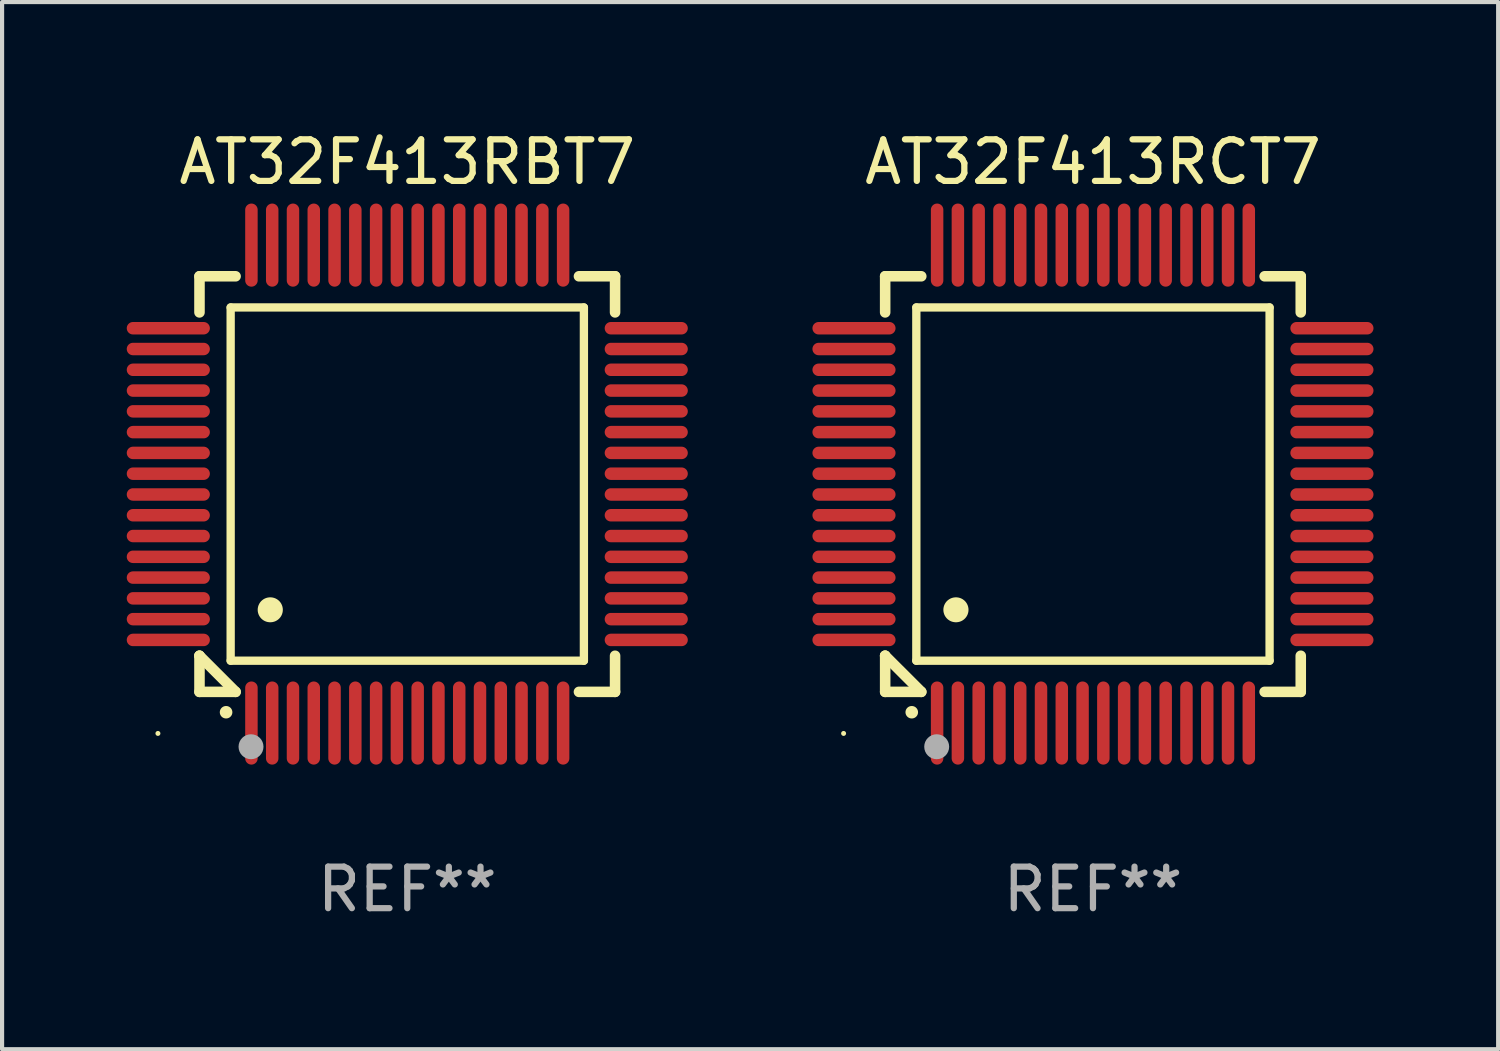
<source format=kicad_pcb>
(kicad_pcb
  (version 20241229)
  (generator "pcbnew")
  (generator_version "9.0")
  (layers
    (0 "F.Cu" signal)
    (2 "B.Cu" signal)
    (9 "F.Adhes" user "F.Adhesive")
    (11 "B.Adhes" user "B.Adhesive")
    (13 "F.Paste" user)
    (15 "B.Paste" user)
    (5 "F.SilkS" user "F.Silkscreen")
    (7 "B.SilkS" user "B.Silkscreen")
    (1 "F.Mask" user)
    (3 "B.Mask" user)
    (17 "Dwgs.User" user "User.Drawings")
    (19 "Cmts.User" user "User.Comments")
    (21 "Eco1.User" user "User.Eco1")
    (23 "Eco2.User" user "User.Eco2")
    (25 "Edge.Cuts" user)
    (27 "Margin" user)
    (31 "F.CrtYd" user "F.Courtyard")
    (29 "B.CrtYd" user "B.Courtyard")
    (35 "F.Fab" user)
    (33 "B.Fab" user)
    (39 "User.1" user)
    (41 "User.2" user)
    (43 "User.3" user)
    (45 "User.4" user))
  (footprint "AT32F413RBT7"
    (layer "F.Cu")
    (at 6.75 8.598)
    (property "Reference" "AT32F413RBT7" (at 0 -7.75 0) (layer "F.SilkS") (effects (font (size 1 1) (thickness 0.15))))
    (attr through_hole)
    (fp_line (start -5 -5) (end -4.131 -5) (stroke (width 0.254) (type solid)) (layer "F.SilkS"))
    (fp_line (start -5 -4.131) (end -5 -5) (stroke (width 0.254) (type solid)) (layer "F.SilkS"))
    (fp_line (start -5 4.131) (end -5 4.131) (stroke (width 0.254) (type solid)) (layer "F.SilkS"))
    (fp_line (start -5 5) (end -5 4.131) (stroke (width 0.254) (type solid)) (layer "F.SilkS"))
    (fp_line (start -5 4.131) (end -4.131 5) (stroke (width 0.254) (type solid)) (layer "F.SilkS"))
    (fp_line (start -4.25 -4.25) (end -4.25 4.25) (stroke (width 0.2) (type solid)) (layer "F.SilkS"))
    (fp_line (start -4.25 4.25) (end 4.25 4.25) (stroke (width 0.2) (type solid)) (layer "F.SilkS"))
    (fp_line (start -4.131 5) (end -5 5) (stroke (width 0.254) (type solid)) (layer "F.SilkS"))
    (fp_line (start 4.25 -4.25) (end -4.25 -4.25) (stroke (width 0.2) (type solid)) (layer "F.SilkS"))
    (fp_line (start 4.25 4.25) (end 4.25 -4.25) (stroke (width 0.2) (type solid)) (layer "F.SilkS"))
    (fp_line (start 5 -5) (end 4.131 -5) (stroke (width 0.254) (type solid)) (layer "F.SilkS"))
    (fp_line (start 5 -5) (end 5 -4.131) (stroke (width 0.254) (type solid)) (layer "F.SilkS"))
    (fp_line (start 5 4.131) (end 5 5) (stroke (width 0.254) (type solid)) (layer "F.SilkS"))
    (fp_line (start 5 5) (end 4.131 5) (stroke (width 0.254) (type solid)) (layer "F.SilkS"))
    (fp_arc (start -4.361265 5.489992) (mid -4.359995 5.489987) (end -4.358725 5.489992) (stroke (width 0.3) (type solid)) (layer "F.SilkS"))
    (fp_arc (start -3.299467 3.025146) (mid -3.296927 3.025135) (end -3.294387 3.025146) (stroke (width 0.6) (type solid)) (layer "F.SilkS"))
    (fp_circle (center -6 6) (end -5.97 6) (stroke (width 0.06) (type solid)) (fill no) (layer "F.SilkS"))
    (fp_circle (center -3.76 6.32) (end -3.61 6.32) (stroke (width 0.3) (type solid)) (fill no) (layer "F.Fab"))
    (fp_text user "REF**" (at 0 9.75 0) (layer "F.Fab") (effects (font (size 1 1) (thickness 0.15))))
    (pad "1" smd oval (at -3.75 5.75) (size 0.3 2) (layers "F.Cu" "F.Mask" "F.Paste"))
    (pad "2" smd oval (at -3.25 5.75) (size 0.3 2) (layers "F.Cu" "F.Mask" "F.Paste"))
    (pad "3" smd oval (at -2.75 5.75) (size 0.3 2) (layers "F.Cu" "F.Mask" "F.Paste"))
    (pad "4" smd oval (at -2.25 5.75) (size 0.3 2) (layers "F.Cu" "F.Mask" "F.Paste"))
    (pad "5" smd oval (at -1.75 5.75) (size 0.3 2) (layers "F.Cu" "F.Mask" "F.Paste"))
    (pad "6" smd oval (at -1.25 5.75) (size 0.3 2) (layers "F.Cu" "F.Mask" "F.Paste"))
    (pad "7" smd oval (at -0.75 5.75) (size 0.3 2) (layers "F.Cu" "F.Mask" "F.Paste"))
    (pad "8" smd oval (at -0.25 5.75) (size 0.3 2) (layers "F.Cu" "F.Mask" "F.Paste"))
    (pad "9" smd oval (at 0.25 5.75) (size 0.3 2) (layers "F.Cu" "F.Mask" "F.Paste"))
    (pad "10" smd oval (at 0.75 5.75) (size 0.3 2) (layers "F.Cu" "F.Mask" "F.Paste"))
    (pad "11" smd oval (at 1.25 5.75) (size 0.3 2) (layers "F.Cu" "F.Mask" "F.Paste"))
    (pad "12" smd oval (at 1.75 5.75) (size 0.3 2) (layers "F.Cu" "F.Mask" "F.Paste"))
    (pad "13" smd oval (at 2.25 5.75) (size 0.3 2) (layers "F.Cu" "F.Mask" "F.Paste"))
    (pad "14" smd oval (at 2.75 5.75) (size 0.3 2) (layers "F.Cu" "F.Mask" "F.Paste"))
    (pad "15" smd oval (at 3.25 5.75) (size 0.3 2) (layers "F.Cu" "F.Mask" "F.Paste"))
    (pad "16" smd oval (at 3.75 5.75) (size 0.3 2) (layers "F.Cu" "F.Mask" "F.Paste"))
    (pad "17" smd oval (at 5.75 3.75) (size 2 0.3) (layers "F.Cu" "F.Mask" "F.Paste"))
    (pad "18" smd oval (at 5.75 3.25) (size 2 0.3) (layers "F.Cu" "F.Mask" "F.Paste"))
    (pad "19" smd oval (at 5.75 2.75) (size 2 0.3) (layers "F.Cu" "F.Mask" "F.Paste"))
    (pad "20" smd oval (at 5.75 2.25) (size 2 0.3) (layers "F.Cu" "F.Mask" "F.Paste"))
    (pad "21" smd oval (at 5.75 1.75) (size 2 0.3) (layers "F.Cu" "F.Mask" "F.Paste"))
    (pad "22" smd oval (at 5.75 1.25) (size 2 0.3) (layers "F.Cu" "F.Mask" "F.Paste"))
    (pad "23" smd oval (at 5.75 0.75) (size 2 0.3) (layers "F.Cu" "F.Mask" "F.Paste"))
    (pad "24" smd oval (at 5.75 0.25) (size 2 0.3) (layers "F.Cu" "F.Mask" "F.Paste"))
    (pad "25" smd oval (at 5.75 -0.25) (size 2 0.3) (layers "F.Cu" "F.Mask" "F.Paste"))
    (pad "26" smd oval (at 5.75 -0.75) (size 2 0.3) (layers "F.Cu" "F.Mask" "F.Paste"))
    (pad "27" smd oval (at 5.75 -1.25) (size 2 0.3) (layers "F.Cu" "F.Mask" "F.Paste"))
    (pad "28" smd oval (at 5.75 -1.75) (size 2 0.3) (layers "F.Cu" "F.Mask" "F.Paste"))
    (pad "29" smd oval (at 5.75 -2.25) (size 2 0.3) (layers "F.Cu" "F.Mask" "F.Paste"))
    (pad "30" smd oval (at 5.75 -2.75) (size 2 0.3) (layers "F.Cu" "F.Mask" "F.Paste"))
    (pad "31" smd oval (at 5.75 -3.25) (size 2 0.3) (layers "F.Cu" "F.Mask" "F.Paste"))
    (pad "32" smd oval (at 5.75 -3.75) (size 2 0.3) (layers "F.Cu" "F.Mask" "F.Paste"))
    (pad "33" smd oval (at 3.75 -5.75) (size 0.3 2) (layers "F.Cu" "F.Mask" "F.Paste"))
    (pad "34" smd oval (at 3.25 -5.75) (size 0.3 2) (layers "F.Cu" "F.Mask" "F.Paste"))
    (pad "35" smd oval (at 2.75 -5.75) (size 0.3 2) (layers "F.Cu" "F.Mask" "F.Paste"))
    (pad "36" smd oval (at 2.25 -5.75) (size 0.3 2) (layers "F.Cu" "F.Mask" "F.Paste"))
    (pad "37" smd oval (at 1.75 -5.75) (size 0.3 2) (layers "F.Cu" "F.Mask" "F.Paste"))
    (pad "38" smd oval (at 1.25 -5.75) (size 0.3 2) (layers "F.Cu" "F.Mask" "F.Paste"))
    (pad "39" smd oval (at 0.75 -5.75) (size 0.3 2) (layers "F.Cu" "F.Mask" "F.Paste"))
    (pad "40" smd oval (at 0.25 -5.75) (size 0.3 2) (layers "F.Cu" "F.Mask" "F.Paste"))
    (pad "41" smd oval (at -0.25 -5.75) (size 0.3 2) (layers "F.Cu" "F.Mask" "F.Paste"))
    (pad "42" smd oval (at -0.75 -5.75) (size 0.3 2) (layers "F.Cu" "F.Mask" "F.Paste"))
    (pad "43" smd oval (at -1.25 -5.75) (size 0.3 2) (layers "F.Cu" "F.Mask" "F.Paste"))
    (pad "44" smd oval (at -1.75 -5.75) (size 0.3 2) (layers "F.Cu" "F.Mask" "F.Paste"))
    (pad "45" smd oval (at -2.25 -5.75) (size 0.3 2) (layers "F.Cu" "F.Mask" "F.Paste"))
    (pad "46" smd oval (at -2.75 -5.75) (size 0.3 2) (layers "F.Cu" "F.Mask" "F.Paste"))
    (pad "47" smd oval (at -3.25 -5.75) (size 0.3 2) (layers "F.Cu" "F.Mask" "F.Paste"))
    (pad "48" smd oval (at -3.75 -5.75) (size 0.3 2) (layers "F.Cu" "F.Mask" "F.Paste"))
    (pad "49" smd oval (at -5.75 -3.75) (size 2 0.3) (layers "F.Cu" "F.Mask" "F.Paste"))
    (pad "50" smd oval (at -5.75 -3.25) (size 2 0.3) (layers "F.Cu" "F.Mask" "F.Paste"))
    (pad "51" smd oval (at -5.75 -2.75) (size 2 0.3) (layers "F.Cu" "F.Mask" "F.Paste"))
    (pad "52" smd oval (at -5.75 -2.25) (size 2 0.3) (layers "F.Cu" "F.Mask" "F.Paste"))
    (pad "53" smd oval (at -5.75 -1.75) (size 2 0.3) (layers "F.Cu" "F.Mask" "F.Paste"))
    (pad "54" smd oval (at -5.75 -1.25) (size 2 0.3) (layers "F.Cu" "F.Mask" "F.Paste"))
    (pad "55" smd oval (at -5.75 -0.75) (size 2 0.3) (layers "F.Cu" "F.Mask" "F.Paste"))
    (pad "56" smd oval (at -5.75 -0.25) (size 2 0.3) (layers "F.Cu" "F.Mask" "F.Paste"))
    (pad "57" smd oval (at -5.75 0.25) (size 2 0.3) (layers "F.Cu" "F.Mask" "F.Paste"))
    (pad "58" smd oval (at -5.75 0.75) (size 2 0.3) (layers "F.Cu" "F.Mask" "F.Paste"))
    (pad "59" smd oval (at -5.75 1.25) (size 2 0.3) (layers "F.Cu" "F.Mask" "F.Paste"))
    (pad "60" smd oval (at -5.75 1.75) (size 2 0.3) (layers "F.Cu" "F.Mask" "F.Paste"))
    (pad "61" smd oval (at -5.75 2.25) (size 2 0.3) (layers "F.Cu" "F.Mask" "F.Paste"))
    (pad "62" smd oval (at -5.75 2.75) (size 2 0.3) (layers "F.Cu" "F.Mask" "F.Paste"))
    (pad "63" smd oval (at -5.75 3.25) (size 2 0.3) (layers "F.Cu" "F.Mask" "F.Paste"))
    (pad "64" smd oval (at -5.75 3.75) (size 2 0.3) (layers "F.Cu" "F.Mask" "F.Paste")))
  (footprint "AT32F413RCT7"
    (layer "F.Cu")
    (at 23.249 8.598)
    (property "Reference" "AT32F413RCT7" (at 0 -7.75 0) (layer "F.SilkS") (effects (font (size 1 1) (thickness 0.15))))
    (attr through_hole)
    (fp_line (start -5 -5) (end -4.131 -5) (stroke (width 0.254) (type solid)) (layer "F.SilkS"))
    (fp_line (start -5 -4.131) (end -5 -5) (stroke (width 0.254) (type solid)) (layer "F.SilkS"))
    (fp_line (start -5 4.131) (end -5 4.131) (stroke (width 0.254) (type solid)) (layer "F.SilkS"))
    (fp_line (start -5 5) (end -5 4.131) (stroke (width 0.254) (type solid)) (layer "F.SilkS"))
    (fp_line (start -5 4.131) (end -4.131 5) (stroke (width 0.254) (type solid)) (layer "F.SilkS"))
    (fp_line (start -4.25 -4.25) (end -4.25 4.25) (stroke (width 0.2) (type solid)) (layer "F.SilkS"))
    (fp_line (start -4.25 4.25) (end 4.25 4.25) (stroke (width 0.2) (type solid)) (layer "F.SilkS"))
    (fp_line (start -4.131 5) (end -5 5) (stroke (width 0.254) (type solid)) (layer "F.SilkS"))
    (fp_line (start 4.25 -4.25) (end -4.25 -4.25) (stroke (width 0.2) (type solid)) (layer "F.SilkS"))
    (fp_line (start 4.25 4.25) (end 4.25 -4.25) (stroke (width 0.2) (type solid)) (layer "F.SilkS"))
    (fp_line (start 5 -5) (end 4.131 -5) (stroke (width 0.254) (type solid)) (layer "F.SilkS"))
    (fp_line (start 5 -5) (end 5 -4.131) (stroke (width 0.254) (type solid)) (layer "F.SilkS"))
    (fp_line (start 5 4.131) (end 5 5) (stroke (width 0.254) (type solid)) (layer "F.SilkS"))
    (fp_line (start 5 5) (end 4.131 5) (stroke (width 0.254) (type solid)) (layer "F.SilkS"))
    (fp_arc (start -4.361265 5.489992) (mid -4.359995 5.489987) (end -4.358725 5.489992) (stroke (width 0.3) (type solid)) (layer "F.SilkS"))
    (fp_arc (start -3.299467 3.025146) (mid -3.296927 3.025135) (end -3.294387 3.025146) (stroke (width 0.6) (type solid)) (layer "F.SilkS"))
    (fp_circle (center -6 6) (end -5.97 6) (stroke (width 0.06) (type solid)) (fill no) (layer "F.SilkS"))
    (fp_circle (center -3.76 6.32) (end -3.61 6.32) (stroke (width 0.3) (type solid)) (fill no) (layer "F.Fab"))
    (fp_text user "REF**" (at 0 9.75 0) (layer "F.Fab") (effects (font (size 1 1) (thickness 0.15))))
    (pad "1" smd oval (at -3.75 5.75) (size 0.3 2) (layers "F.Cu" "F.Mask" "F.Paste"))
    (pad "2" smd oval (at -3.25 5.75) (size 0.3 2) (layers "F.Cu" "F.Mask" "F.Paste"))
    (pad "3" smd oval (at -2.75 5.75) (size 0.3 2) (layers "F.Cu" "F.Mask" "F.Paste"))
    (pad "4" smd oval (at -2.25 5.75) (size 0.3 2) (layers "F.Cu" "F.Mask" "F.Paste"))
    (pad "5" smd oval (at -1.75 5.75) (size 0.3 2) (layers "F.Cu" "F.Mask" "F.Paste"))
    (pad "6" smd oval (at -1.25 5.75) (size 0.3 2) (layers "F.Cu" "F.Mask" "F.Paste"))
    (pad "7" smd oval (at -0.75 5.75) (size 0.3 2) (layers "F.Cu" "F.Mask" "F.Paste"))
    (pad "8" smd oval (at -0.25 5.75) (size 0.3 2) (layers "F.Cu" "F.Mask" "F.Paste"))
    (pad "9" smd oval (at 0.25 5.75) (size 0.3 2) (layers "F.Cu" "F.Mask" "F.Paste"))
    (pad "10" smd oval (at 0.75 5.75) (size 0.3 2) (layers "F.Cu" "F.Mask" "F.Paste"))
    (pad "11" smd oval (at 1.25 5.75) (size 0.3 2) (layers "F.Cu" "F.Mask" "F.Paste"))
    (pad "12" smd oval (at 1.75 5.75) (size 0.3 2) (layers "F.Cu" "F.Mask" "F.Paste"))
    (pad "13" smd oval (at 2.25 5.75) (size 0.3 2) (layers "F.Cu" "F.Mask" "F.Paste"))
    (pad "14" smd oval (at 2.75 5.75) (size 0.3 2) (layers "F.Cu" "F.Mask" "F.Paste"))
    (pad "15" smd oval (at 3.25 5.75) (size 0.3 2) (layers "F.Cu" "F.Mask" "F.Paste"))
    (pad "16" smd oval (at 3.75 5.75) (size 0.3 2) (layers "F.Cu" "F.Mask" "F.Paste"))
    (pad "17" smd oval (at 5.75 3.75) (size 2 0.3) (layers "F.Cu" "F.Mask" "F.Paste"))
    (pad "18" smd oval (at 5.75 3.25) (size 2 0.3) (layers "F.Cu" "F.Mask" "F.Paste"))
    (pad "19" smd oval (at 5.75 2.75) (size 2 0.3) (layers "F.Cu" "F.Mask" "F.Paste"))
    (pad "20" smd oval (at 5.75 2.25) (size 2 0.3) (layers "F.Cu" "F.Mask" "F.Paste"))
    (pad "21" smd oval (at 5.75 1.75) (size 2 0.3) (layers "F.Cu" "F.Mask" "F.Paste"))
    (pad "22" smd oval (at 5.75 1.25) (size 2 0.3) (layers "F.Cu" "F.Mask" "F.Paste"))
    (pad "23" smd oval (at 5.75 0.75) (size 2 0.3) (layers "F.Cu" "F.Mask" "F.Paste"))
    (pad "24" smd oval (at 5.75 0.25) (size 2 0.3) (layers "F.Cu" "F.Mask" "F.Paste"))
    (pad "25" smd oval (at 5.75 -0.25) (size 2 0.3) (layers "F.Cu" "F.Mask" "F.Paste"))
    (pad "26" smd oval (at 5.75 -0.75) (size 2 0.3) (layers "F.Cu" "F.Mask" "F.Paste"))
    (pad "27" smd oval (at 5.75 -1.25) (size 2 0.3) (layers "F.Cu" "F.Mask" "F.Paste"))
    (pad "28" smd oval (at 5.75 -1.75) (size 2 0.3) (layers "F.Cu" "F.Mask" "F.Paste"))
    (pad "29" smd oval (at 5.75 -2.25) (size 2 0.3) (layers "F.Cu" "F.Mask" "F.Paste"))
    (pad "30" smd oval (at 5.75 -2.75) (size 2 0.3) (layers "F.Cu" "F.Mask" "F.Paste"))
    (pad "31" smd oval (at 5.75 -3.25) (size 2 0.3) (layers "F.Cu" "F.Mask" "F.Paste"))
    (pad "32" smd oval (at 5.75 -3.75) (size 2 0.3) (layers "F.Cu" "F.Mask" "F.Paste"))
    (pad "33" smd oval (at 3.75 -5.75) (size 0.3 2) (layers "F.Cu" "F.Mask" "F.Paste"))
    (pad "34" smd oval (at 3.25 -5.75) (size 0.3 2) (layers "F.Cu" "F.Mask" "F.Paste"))
    (pad "35" smd oval (at 2.75 -5.75) (size 0.3 2) (layers "F.Cu" "F.Mask" "F.Paste"))
    (pad "36" smd oval (at 2.25 -5.75) (size 0.3 2) (layers "F.Cu" "F.Mask" "F.Paste"))
    (pad "37" smd oval (at 1.75 -5.75) (size 0.3 2) (layers "F.Cu" "F.Mask" "F.Paste"))
    (pad "38" smd oval (at 1.25 -5.75) (size 0.3 2) (layers "F.Cu" "F.Mask" "F.Paste"))
    (pad "39" smd oval (at 0.75 -5.75) (size 0.3 2) (layers "F.Cu" "F.Mask" "F.Paste"))
    (pad "40" smd oval (at 0.25 -5.75) (size 0.3 2) (layers "F.Cu" "F.Mask" "F.Paste"))
    (pad "41" smd oval (at -0.25 -5.75) (size 0.3 2) (layers "F.Cu" "F.Mask" "F.Paste"))
    (pad "42" smd oval (at -0.75 -5.75) (size 0.3 2) (layers "F.Cu" "F.Mask" "F.Paste"))
    (pad "43" smd oval (at -1.25 -5.75) (size 0.3 2) (layers "F.Cu" "F.Mask" "F.Paste"))
    (pad "44" smd oval (at -1.75 -5.75) (size 0.3 2) (layers "F.Cu" "F.Mask" "F.Paste"))
    (pad "45" smd oval (at -2.25 -5.75) (size 0.3 2) (layers "F.Cu" "F.Mask" "F.Paste"))
    (pad "46" smd oval (at -2.75 -5.75) (size 0.3 2) (layers "F.Cu" "F.Mask" "F.Paste"))
    (pad "47" smd oval (at -3.25 -5.75) (size 0.3 2) (layers "F.Cu" "F.Mask" "F.Paste"))
    (pad "48" smd oval (at -3.75 -5.75) (size 0.3 2) (layers "F.Cu" "F.Mask" "F.Paste"))
    (pad "49" smd oval (at -5.75 -3.75) (size 2 0.3) (layers "F.Cu" "F.Mask" "F.Paste"))
    (pad "50" smd oval (at -5.75 -3.25) (size 2 0.3) (layers "F.Cu" "F.Mask" "F.Paste"))
    (pad "51" smd oval (at -5.75 -2.75) (size 2 0.3) (layers "F.Cu" "F.Mask" "F.Paste"))
    (pad "52" smd oval (at -5.75 -2.25) (size 2 0.3) (layers "F.Cu" "F.Mask" "F.Paste"))
    (pad "53" smd oval (at -5.75 -1.75) (size 2 0.3) (layers "F.Cu" "F.Mask" "F.Paste"))
    (pad "54" smd oval (at -5.75 -1.25) (size 2 0.3) (layers "F.Cu" "F.Mask" "F.Paste"))
    (pad "55" smd oval (at -5.75 -0.75) (size 2 0.3) (layers "F.Cu" "F.Mask" "F.Paste"))
    (pad "56" smd oval (at -5.75 -0.25) (size 2 0.3) (layers "F.Cu" "F.Mask" "F.Paste"))
    (pad "57" smd oval (at -5.75 0.25) (size 2 0.3) (layers "F.Cu" "F.Mask" "F.Paste"))
    (pad "58" smd oval (at -5.75 0.75) (size 2 0.3) (layers "F.Cu" "F.Mask" "F.Paste"))
    (pad "59" smd oval (at -5.75 1.25) (size 2 0.3) (layers "F.Cu" "F.Mask" "F.Paste"))
    (pad "60" smd oval (at -5.75 1.75) (size 2 0.3) (layers "F.Cu" "F.Mask" "F.Paste"))
    (pad "61" smd oval (at -5.75 2.25) (size 2 0.3) (layers "F.Cu" "F.Mask" "F.Paste"))
    (pad "62" smd oval (at -5.75 2.75) (size 2 0.3) (layers "F.Cu" "F.Mask" "F.Paste"))
    (pad "63" smd oval (at -5.75 3.25) (size 2 0.3) (layers "F.Cu" "F.Mask" "F.Paste"))
    (pad "64" smd oval (at -5.75 3.75) (size 2 0.3) (layers "F.Cu" "F.Mask" "F.Paste")))
  (gr_rect
    (start -3 -3)
    (end 32.999 22.196)
    (stroke (width 0.1) (type default))
    (fill no)
    (layer "Edge.Cuts")))
</source>
